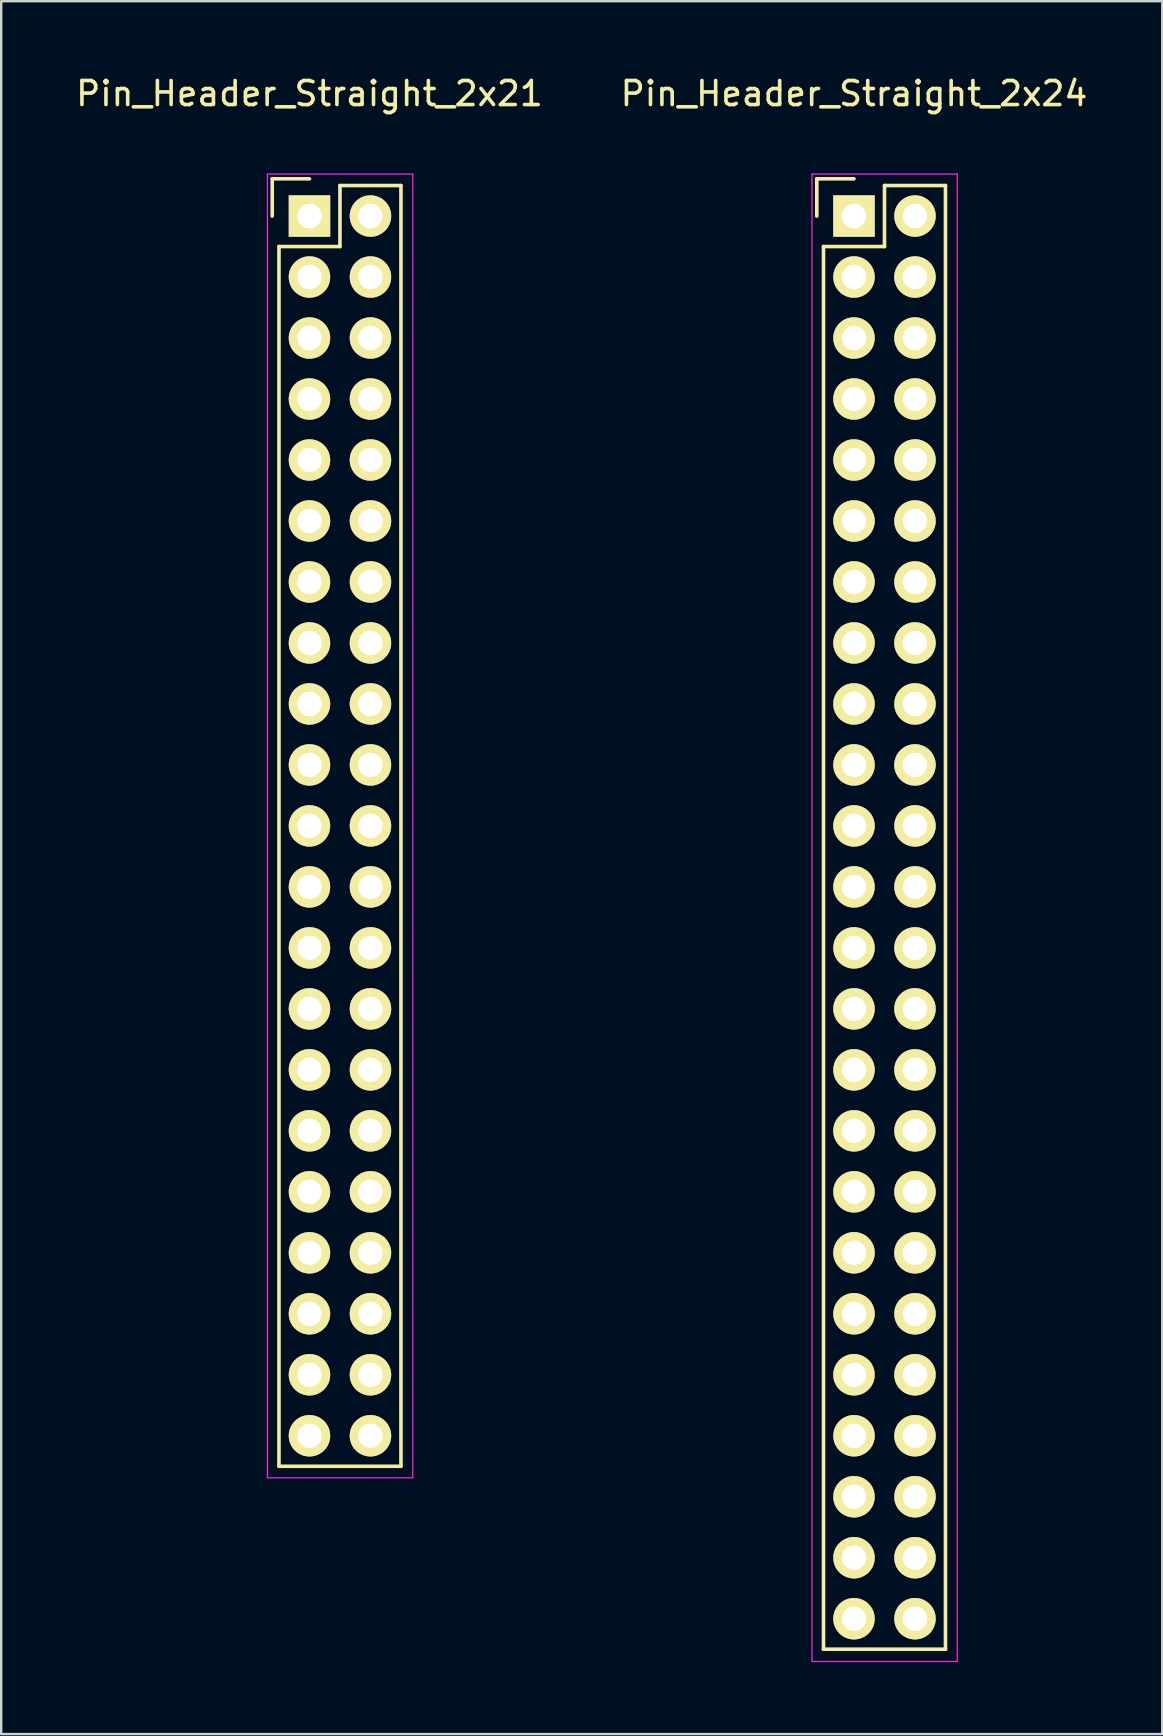
<source format=kicad_pcb>
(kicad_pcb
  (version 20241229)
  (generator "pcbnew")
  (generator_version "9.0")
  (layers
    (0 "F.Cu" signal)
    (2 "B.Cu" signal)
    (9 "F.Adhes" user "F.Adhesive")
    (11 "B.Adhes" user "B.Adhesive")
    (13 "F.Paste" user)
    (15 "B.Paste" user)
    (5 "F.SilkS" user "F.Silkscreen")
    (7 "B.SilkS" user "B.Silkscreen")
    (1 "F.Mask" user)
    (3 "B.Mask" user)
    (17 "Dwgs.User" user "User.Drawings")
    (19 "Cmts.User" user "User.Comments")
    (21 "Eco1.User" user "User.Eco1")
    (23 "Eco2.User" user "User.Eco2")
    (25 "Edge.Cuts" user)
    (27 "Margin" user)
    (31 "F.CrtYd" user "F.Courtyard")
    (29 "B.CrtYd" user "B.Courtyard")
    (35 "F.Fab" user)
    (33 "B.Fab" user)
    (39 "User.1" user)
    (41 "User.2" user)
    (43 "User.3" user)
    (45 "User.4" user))
  (footprint "Pin_Header_Straight_2x24"
    (layer "F.Cu")
    (at 32.518 5.948)
    (property "Reference" "Pin_Header_Straight_2x24" (at 0 -5.1 0) (layer "F.SilkS") (effects (font (size 1 1) (thickness 0.15))))
    (attr through_hole)
    (fp_line (start -1.55 -1.55) (end -1.55 0) (stroke (width 0.15) (type solid)) (layer "F.SilkS"))
    (fp_line (start -1.27 1.27) (end -1.27 59.69) (stroke (width 0.15) (type solid)) (layer "F.SilkS"))
    (fp_line (start 0 -1.55) (end -1.55 -1.55) (stroke (width 0.15) (type solid)) (layer "F.SilkS"))
    (fp_line (start 1.27 -1.27) (end 1.27 1.27) (stroke (width 0.15) (type solid)) (layer "F.SilkS"))
    (fp_line (start 1.27 1.27) (end -1.27 1.27) (stroke (width 0.15) (type solid)) (layer "F.SilkS"))
    (fp_line (start 3.81 -1.27) (end 1.27 -1.27) (stroke (width 0.15) (type solid)) (layer "F.SilkS"))
    (fp_line (start 3.81 59.69) (end -1.27 59.69) (stroke (width 0.15) (type solid)) (layer "F.SilkS"))
    (fp_line (start 3.81 59.69) (end 3.81 -1.27) (stroke (width 0.15) (type solid)) (layer "F.SilkS"))
    (fp_line (start -1.75 -1.75) (end -1.75 60.2) (stroke (width 0.05) (type solid)) (layer "F.CrtYd"))
    (fp_line (start -1.75 -1.75) (end 4.3 -1.75) (stroke (width 0.05) (type solid)) (layer "F.CrtYd"))
    (fp_line (start -1.75 60.2) (end 4.3 60.2) (stroke (width 0.05) (type solid)) (layer "F.CrtYd"))
    (fp_line (start 4.3 -1.75) (end 4.3 60.2) (stroke (width 0.05) (type solid)) (layer "F.CrtYd"))
    (pad "1" thru_hole rect (at 0 0) (size 1.727 1.727) (drill 1.016) (layers "*.Cu" "*.Mask" "F.SilkS"))
    (pad "2" thru_hole oval (at 2.54 0) (size 1.727 1.727) (drill 1.016) (layers "*.Cu" "*.Mask" "F.SilkS"))
    (pad "3" thru_hole oval (at 0 2.54) (size 1.727 1.727) (drill 1.016) (layers "*.Cu" "*.Mask" "F.SilkS"))
    (pad "4" thru_hole oval (at 2.54 2.54) (size 1.727 1.727) (drill 1.016) (layers "*.Cu" "*.Mask" "F.SilkS"))
    (pad "5" thru_hole oval (at 0 5.08) (size 1.727 1.727) (drill 1.016) (layers "*.Cu" "*.Mask" "F.SilkS"))
    (pad "6" thru_hole oval (at 2.54 5.08) (size 1.727 1.727) (drill 1.016) (layers "*.Cu" "*.Mask" "F.SilkS"))
    (pad "7" thru_hole oval (at 0 7.62) (size 1.727 1.727) (drill 1.016) (layers "*.Cu" "*.Mask" "F.SilkS"))
    (pad "8" thru_hole oval (at 2.54 7.62) (size 1.727 1.727) (drill 1.016) (layers "*.Cu" "*.Mask" "F.SilkS"))
    (pad "9" thru_hole oval (at 0 10.16) (size 1.727 1.727) (drill 1.016) (layers "*.Cu" "*.Mask" "F.SilkS"))
    (pad "10" thru_hole oval (at 2.54 10.16) (size 1.727 1.727) (drill 1.016) (layers "*.Cu" "*.Mask" "F.SilkS"))
    (pad "11" thru_hole oval (at 0 12.7) (size 1.727 1.727) (drill 1.016) (layers "*.Cu" "*.Mask" "F.SilkS"))
    (pad "12" thru_hole oval (at 2.54 12.7) (size 1.727 1.727) (drill 1.016) (layers "*.Cu" "*.Mask" "F.SilkS"))
    (pad "13" thru_hole oval (at 0 15.24) (size 1.727 1.727) (drill 1.016) (layers "*.Cu" "*.Mask" "F.SilkS"))
    (pad "14" thru_hole oval (at 2.54 15.24) (size 1.727 1.727) (drill 1.016) (layers "*.Cu" "*.Mask" "F.SilkS"))
    (pad "15" thru_hole oval (at 0 17.78) (size 1.727 1.727) (drill 1.016) (layers "*.Cu" "*.Mask" "F.SilkS"))
    (pad "16" thru_hole oval (at 2.54 17.78) (size 1.727 1.727) (drill 1.016) (layers "*.Cu" "*.Mask" "F.SilkS"))
    (pad "17" thru_hole oval (at 0 20.32) (size 1.727 1.727) (drill 1.016) (layers "*.Cu" "*.Mask" "F.SilkS"))
    (pad "18" thru_hole oval (at 2.54 20.32) (size 1.727 1.727) (drill 1.016) (layers "*.Cu" "*.Mask" "F.SilkS"))
    (pad "19" thru_hole oval (at 0 22.86) (size 1.727 1.727) (drill 1.016) (layers "*.Cu" "*.Mask" "F.SilkS"))
    (pad "20" thru_hole oval (at 2.54 22.86) (size 1.727 1.727) (drill 1.016) (layers "*.Cu" "*.Mask" "F.SilkS"))
    (pad "21" thru_hole oval (at 0 25.4) (size 1.727 1.727) (drill 1.016) (layers "*.Cu" "*.Mask" "F.SilkS"))
    (pad "22" thru_hole oval (at 2.54 25.4) (size 1.727 1.727) (drill 1.016) (layers "*.Cu" "*.Mask" "F.SilkS"))
    (pad "23" thru_hole oval (at 0 27.94) (size 1.727 1.727) (drill 1.016) (layers "*.Cu" "*.Mask" "F.SilkS"))
    (pad "24" thru_hole oval (at 2.54 27.94) (size 1.727 1.727) (drill 1.016) (layers "*.Cu" "*.Mask" "F.SilkS"))
    (pad "25" thru_hole oval (at 0 30.48) (size 1.727 1.727) (drill 1.016) (layers "*.Cu" "*.Mask" "F.SilkS"))
    (pad "26" thru_hole oval (at 2.54 30.48) (size 1.727 1.727) (drill 1.016) (layers "*.Cu" "*.Mask" "F.SilkS"))
    (pad "27" thru_hole oval (at 0 33.02) (size 1.727 1.727) (drill 1.016) (layers "*.Cu" "*.Mask" "F.SilkS"))
    (pad "28" thru_hole oval (at 2.54 33.02) (size 1.727 1.727) (drill 1.016) (layers "*.Cu" "*.Mask" "F.SilkS"))
    (pad "29" thru_hole oval (at 0 35.56) (size 1.727 1.727) (drill 1.016) (layers "*.Cu" "*.Mask" "F.SilkS"))
    (pad "30" thru_hole oval (at 2.54 35.56) (size 1.727 1.727) (drill 1.016) (layers "*.Cu" "*.Mask" "F.SilkS"))
    (pad "31" thru_hole oval (at 0 38.1) (size 1.727 1.727) (drill 1.016) (layers "*.Cu" "*.Mask" "F.SilkS"))
    (pad "32" thru_hole oval (at 2.54 38.1) (size 1.727 1.727) (drill 1.016) (layers "*.Cu" "*.Mask" "F.SilkS"))
    (pad "33" thru_hole oval (at 0 40.64) (size 1.727 1.727) (drill 1.016) (layers "*.Cu" "*.Mask" "F.SilkS"))
    (pad "34" thru_hole oval (at 2.54 40.64) (size 1.727 1.727) (drill 1.016) (layers "*.Cu" "*.Mask" "F.SilkS"))
    (pad "35" thru_hole oval (at 0 43.18) (size 1.727 1.727) (drill 1.016) (layers "*.Cu" "*.Mask" "F.SilkS"))
    (pad "36" thru_hole oval (at 2.54 43.18) (size 1.727 1.727) (drill 1.016) (layers "*.Cu" "*.Mask" "F.SilkS"))
    (pad "37" thru_hole oval (at 0 45.72) (size 1.727 1.727) (drill 1.016) (layers "*.Cu" "*.Mask" "F.SilkS"))
    (pad "38" thru_hole oval (at 2.54 45.72) (size 1.727 1.727) (drill 1.016) (layers "*.Cu" "*.Mask" "F.SilkS"))
    (pad "39" thru_hole oval (at 0 48.26) (size 1.727 1.727) (drill 1.016) (layers "*.Cu" "*.Mask" "F.SilkS"))
    (pad "40" thru_hole oval (at 2.54 48.26) (size 1.727 1.727) (drill 1.016) (layers "*.Cu" "*.Mask" "F.SilkS"))
    (pad "41" thru_hole oval (at 0 50.8) (size 1.727 1.727) (drill 1.016) (layers "*.Cu" "*.Mask" "F.SilkS"))
    (pad "42" thru_hole oval (at 2.54 50.8) (size 1.727 1.727) (drill 1.016) (layers "*.Cu" "*.Mask" "F.SilkS"))
    (pad "43" thru_hole oval (at 0 53.34) (size 1.727 1.727) (drill 1.016) (layers "*.Cu" "*.Mask" "F.SilkS"))
    (pad "44" thru_hole oval (at 2.54 53.34) (size 1.727 1.727) (drill 1.016) (layers "*.Cu" "*.Mask" "F.SilkS"))
    (pad "45" thru_hole oval (at 0 55.88) (size 1.727 1.727) (drill 1.016) (layers "*.Cu" "*.Mask" "F.SilkS"))
    (pad "46" thru_hole oval (at 2.54 55.88) (size 1.727 1.727) (drill 1.016) (layers "*.Cu" "*.Mask" "F.SilkS"))
    (pad "47" thru_hole oval (at 0 58.42) (size 1.727 1.727) (drill 1.016) (layers "*.Cu" "*.Mask" "F.SilkS"))
    (pad "48" thru_hole oval (at 2.54 58.42) (size 1.727 1.727) (drill 1.016) (layers "*.Cu" "*.Mask" "F.SilkS")))
  (footprint "Pin_Header_Straight_2x21"
    (layer "F.Cu")
    (at 9.839 5.948)
    (property "Reference" "Pin_Header_Straight_2x21" (at 0 -5.1 0) (layer "F.SilkS") (effects (font (size 1 1) (thickness 0.15))))
    (attr through_hole)
    (fp_line (start -1.55 -1.55) (end -1.55 0) (stroke (width 0.15) (type solid)) (layer "F.SilkS"))
    (fp_line (start -1.27 1.27) (end -1.27 52.07) (stroke (width 0.15) (type solid)) (layer "F.SilkS"))
    (fp_line (start 0 -1.55) (end -1.55 -1.55) (stroke (width 0.15) (type solid)) (layer "F.SilkS"))
    (fp_line (start 1.27 -1.27) (end 1.27 1.27) (stroke (width 0.15) (type solid)) (layer "F.SilkS"))
    (fp_line (start 1.27 1.27) (end -1.27 1.27) (stroke (width 0.15) (type solid)) (layer "F.SilkS"))
    (fp_line (start 3.81 -1.27) (end 1.27 -1.27) (stroke (width 0.15) (type solid)) (layer "F.SilkS"))
    (fp_line (start 3.81 52.07) (end -1.27 52.07) (stroke (width 0.15) (type solid)) (layer "F.SilkS"))
    (fp_line (start 3.81 52.07) (end 3.81 -1.27) (stroke (width 0.15) (type solid)) (layer "F.SilkS"))
    (fp_line (start -1.75 -1.75) (end -1.75 52.55) (stroke (width 0.05) (type solid)) (layer "F.CrtYd"))
    (fp_line (start -1.75 -1.75) (end 4.3 -1.75) (stroke (width 0.05) (type solid)) (layer "F.CrtYd"))
    (fp_line (start -1.75 52.55) (end 4.3 52.55) (stroke (width 0.05) (type solid)) (layer "F.CrtYd"))
    (fp_line (start 4.3 -1.75) (end 4.3 52.55) (stroke (width 0.05) (type solid)) (layer "F.CrtYd"))
    (pad "1" thru_hole rect (at 0 0) (size 1.727 1.727) (drill 1.016) (layers "*.Cu" "*.Mask" "F.SilkS"))
    (pad "2" thru_hole oval (at 2.54 0) (size 1.727 1.727) (drill 1.016) (layers "*.Cu" "*.Mask" "F.SilkS"))
    (pad "3" thru_hole oval (at 0 2.54) (size 1.727 1.727) (drill 1.016) (layers "*.Cu" "*.Mask" "F.SilkS"))
    (pad "4" thru_hole oval (at 2.54 2.54) (size 1.727 1.727) (drill 1.016) (layers "*.Cu" "*.Mask" "F.SilkS"))
    (pad "5" thru_hole oval (at 0 5.08) (size 1.727 1.727) (drill 1.016) (layers "*.Cu" "*.Mask" "F.SilkS"))
    (pad "6" thru_hole oval (at 2.54 5.08) (size 1.727 1.727) (drill 1.016) (layers "*.Cu" "*.Mask" "F.SilkS"))
    (pad "7" thru_hole oval (at 0 7.62) (size 1.727 1.727) (drill 1.016) (layers "*.Cu" "*.Mask" "F.SilkS"))
    (pad "8" thru_hole oval (at 2.54 7.62) (size 1.727 1.727) (drill 1.016) (layers "*.Cu" "*.Mask" "F.SilkS"))
    (pad "9" thru_hole oval (at 0 10.16) (size 1.727 1.727) (drill 1.016) (layers "*.Cu" "*.Mask" "F.SilkS"))
    (pad "10" thru_hole oval (at 2.54 10.16) (size 1.727 1.727) (drill 1.016) (layers "*.Cu" "*.Mask" "F.SilkS"))
    (pad "11" thru_hole oval (at 0 12.7) (size 1.727 1.727) (drill 1.016) (layers "*.Cu" "*.Mask" "F.SilkS"))
    (pad "12" thru_hole oval (at 2.54 12.7) (size 1.727 1.727) (drill 1.016) (layers "*.Cu" "*.Mask" "F.SilkS"))
    (pad "13" thru_hole oval (at 0 15.24) (size 1.727 1.727) (drill 1.016) (layers "*.Cu" "*.Mask" "F.SilkS"))
    (pad "14" thru_hole oval (at 2.54 15.24) (size 1.727 1.727) (drill 1.016) (layers "*.Cu" "*.Mask" "F.SilkS"))
    (pad "15" thru_hole oval (at 0 17.78) (size 1.727 1.727) (drill 1.016) (layers "*.Cu" "*.Mask" "F.SilkS"))
    (pad "16" thru_hole oval (at 2.54 17.78) (size 1.727 1.727) (drill 1.016) (layers "*.Cu" "*.Mask" "F.SilkS"))
    (pad "17" thru_hole oval (at 0 20.32) (size 1.727 1.727) (drill 1.016) (layers "*.Cu" "*.Mask" "F.SilkS"))
    (pad "18" thru_hole oval (at 2.54 20.32) (size 1.727 1.727) (drill 1.016) (layers "*.Cu" "*.Mask" "F.SilkS"))
    (pad "19" thru_hole oval (at 0 22.86) (size 1.727 1.727) (drill 1.016) (layers "*.Cu" "*.Mask" "F.SilkS"))
    (pad "20" thru_hole oval (at 2.54 22.86) (size 1.727 1.727) (drill 1.016) (layers "*.Cu" "*.Mask" "F.SilkS"))
    (pad "21" thru_hole oval (at 0 25.4) (size 1.727 1.727) (drill 1.016) (layers "*.Cu" "*.Mask" "F.SilkS"))
    (pad "22" thru_hole oval (at 2.54 25.4) (size 1.727 1.727) (drill 1.016) (layers "*.Cu" "*.Mask" "F.SilkS"))
    (pad "23" thru_hole oval (at 0 27.94) (size 1.727 1.727) (drill 1.016) (layers "*.Cu" "*.Mask" "F.SilkS"))
    (pad "24" thru_hole oval (at 2.54 27.94) (size 1.727 1.727) (drill 1.016) (layers "*.Cu" "*.Mask" "F.SilkS"))
    (pad "25" thru_hole oval (at 0 30.48) (size 1.727 1.727) (drill 1.016) (layers "*.Cu" "*.Mask" "F.SilkS"))
    (pad "26" thru_hole oval (at 2.54 30.48) (size 1.727 1.727) (drill 1.016) (layers "*.Cu" "*.Mask" "F.SilkS"))
    (pad "27" thru_hole oval (at 0 33.02) (size 1.727 1.727) (drill 1.016) (layers "*.Cu" "*.Mask" "F.SilkS"))
    (pad "28" thru_hole oval (at 2.54 33.02) (size 1.727 1.727) (drill 1.016) (layers "*.Cu" "*.Mask" "F.SilkS"))
    (pad "29" thru_hole oval (at 0 35.56) (size 1.727 1.727) (drill 1.016) (layers "*.Cu" "*.Mask" "F.SilkS"))
    (pad "30" thru_hole oval (at 2.54 35.56) (size 1.727 1.727) (drill 1.016) (layers "*.Cu" "*.Mask" "F.SilkS"))
    (pad "31" thru_hole oval (at 0 38.1) (size 1.727 1.727) (drill 1.016) (layers "*.Cu" "*.Mask" "F.SilkS"))
    (pad "32" thru_hole oval (at 2.54 38.1) (size 1.727 1.727) (drill 1.016) (layers "*.Cu" "*.Mask" "F.SilkS"))
    (pad "33" thru_hole oval (at 0 40.64) (size 1.727 1.727) (drill 1.016) (layers "*.Cu" "*.Mask" "F.SilkS"))
    (pad "34" thru_hole oval (at 2.54 40.64) (size 1.727 1.727) (drill 1.016) (layers "*.Cu" "*.Mask" "F.SilkS"))
    (pad "35" thru_hole oval (at 0 43.18) (size 1.727 1.727) (drill 1.016) (layers "*.Cu" "*.Mask" "F.SilkS"))
    (pad "36" thru_hole oval (at 2.54 43.18) (size 1.727 1.727) (drill 1.016) (layers "*.Cu" "*.Mask" "F.SilkS"))
    (pad "37" thru_hole oval (at 0 45.72) (size 1.727 1.727) (drill 1.016) (layers "*.Cu" "*.Mask" "F.SilkS"))
    (pad "38" thru_hole oval (at 2.54 45.72) (size 1.727 1.727) (drill 1.016) (layers "*.Cu" "*.Mask" "F.SilkS"))
    (pad "39" thru_hole oval (at 0 48.26) (size 1.727 1.727) (drill 1.016) (layers "*.Cu" "*.Mask" "F.SilkS"))
    (pad "40" thru_hole oval (at 2.54 48.26) (size 1.727 1.727) (drill 1.016) (layers "*.Cu" "*.Mask" "F.SilkS"))
    (pad "41" thru_hole oval (at 0 50.8) (size 1.727 1.727) (drill 1.016) (layers "*.Cu" "*.Mask" "F.SilkS"))
    (pad "42" thru_hole oval (at 2.54 50.8) (size 1.727 1.727) (drill 1.016) (layers "*.Cu" "*.Mask" "F.SilkS")))
  (gr_rect
    (start -3 -3)
    (end 45.357 69.173)
    (stroke (width 0.1) (type default))
    (fill no)
    (layer "Edge.Cuts")))
</source>
